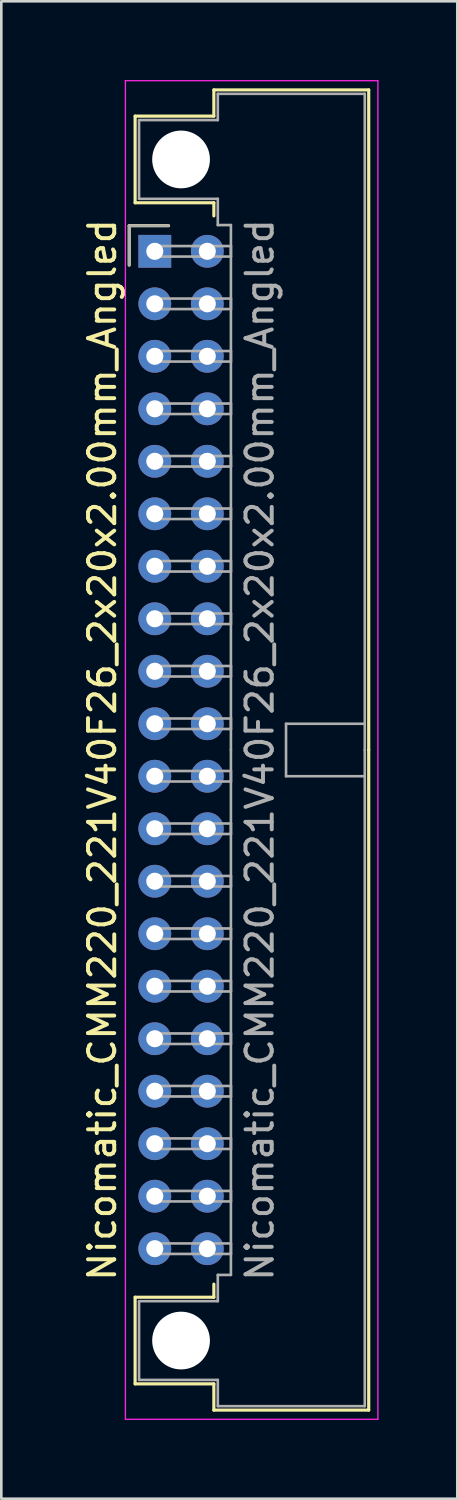
<source format=kicad_pcb>
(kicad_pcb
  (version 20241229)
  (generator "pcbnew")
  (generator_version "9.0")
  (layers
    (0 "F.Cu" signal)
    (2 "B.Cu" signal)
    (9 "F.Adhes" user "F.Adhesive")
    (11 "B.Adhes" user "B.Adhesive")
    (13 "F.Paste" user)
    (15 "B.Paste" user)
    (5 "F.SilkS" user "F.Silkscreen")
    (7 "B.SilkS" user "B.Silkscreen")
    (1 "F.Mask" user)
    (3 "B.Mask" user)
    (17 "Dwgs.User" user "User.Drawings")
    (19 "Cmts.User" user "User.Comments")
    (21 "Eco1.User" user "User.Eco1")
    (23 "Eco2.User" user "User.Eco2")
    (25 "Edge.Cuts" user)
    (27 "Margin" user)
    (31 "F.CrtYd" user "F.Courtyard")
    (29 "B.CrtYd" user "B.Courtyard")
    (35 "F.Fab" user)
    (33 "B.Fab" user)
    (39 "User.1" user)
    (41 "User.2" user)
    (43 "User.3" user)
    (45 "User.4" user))
  (footprint "Nicomatic_CMM220_221V40F26_2x20x2.00mm_Angled"
    (layer "F.Cu")
    (at 2.848 6.525)
    (property "Reference" "Nicomatic_CMM220_221V40F26_2x20x2.00mm_Angled" (at -2 19 90) (layer "F.SilkS") (effects (font (size 1 1) (thickness 0.15))))
    (attr through_hole)
    (fp_line (start -0.975 -0.975) (end -0.975 0.525) (stroke (width 0.12) (type solid)) (layer "F.SilkS"))
    (fp_line (start -0.75 -5.15) (end -0.75 -1.85) (stroke (width 0.12) (type solid)) (layer "F.SilkS"))
    (fp_line (start -0.75 -1.85) (end 2.25 -1.85) (stroke (width 0.12) (type solid)) (layer "F.SilkS"))
    (fp_line (start -0.75 39.85) (end 2.25 39.85) (stroke (width 0.12) (type solid)) (layer "F.SilkS"))
    (fp_line (start -0.75 43.15) (end -0.75 39.85) (stroke (width 0.12) (type solid)) (layer "F.SilkS"))
    (fp_line (start 0.525 -0.975) (end -0.975 -0.975) (stroke (width 0.12) (type solid)) (layer "F.SilkS"))
    (fp_line (start 2.25 -6.15) (end 2.25 -5.15) (stroke (width 0.12) (type solid)) (layer "F.SilkS"))
    (fp_line (start 2.25 -5.15) (end -0.75 -5.15) (stroke (width 0.12) (type solid)) (layer "F.SilkS"))
    (fp_line (start 2.25 -1.85) (end 2.25 -1.35) (stroke (width 0.12) (type solid)) (layer "F.SilkS"))
    (fp_line (start 2.25 39.85) (end 2.25 39.35) (stroke (width 0.12) (type solid)) (layer "F.SilkS"))
    (fp_line (start 2.25 43.15) (end -0.75 43.15) (stroke (width 0.12) (type solid)) (layer "F.SilkS"))
    (fp_line (start 2.25 44.15) (end 2.25 43.15) (stroke (width 0.12) (type solid)) (layer "F.SilkS"))
    (fp_line (start 8.15 -6.15) (end 2.25 -6.15) (stroke (width 0.12) (type solid)) (layer "F.SilkS"))
    (fp_line (start 8.15 19) (end 8.15 -6.15) (stroke (width 0.12) (type solid)) (layer "F.SilkS"))
    (fp_line (start 8.15 19) (end 8.15 44.15) (stroke (width 0.12) (type solid)) (layer "F.SilkS"))
    (fp_line (start 8.15 44.15) (end 2.25 44.15) (stroke (width 0.12) (type solid)) (layer "F.SilkS"))
    (fp_line (start -1.12 -6.5) (end -1.12 44.5) (stroke (width 0.05) (type solid)) (layer "F.CrtYd"))
    (fp_line (start -1.12 44.5) (end 8.5 44.5) (stroke (width 0.05) (type solid)) (layer "F.CrtYd"))
    (fp_line (start 8.5 -6.5) (end -1.12 -6.5) (stroke (width 0.05) (type solid)) (layer "F.CrtYd"))
    (fp_line (start 8.5 44.5) (end 8.5 -6.5) (stroke (width 0.05) (type solid)) (layer "F.CrtYd"))
    (fp_line (start -0.975 -0.975) (end -0.975 0.525) (stroke (width 0.1) (type solid)) (layer "F.Fab"))
    (fp_line (start -0.6 -5) (end -0.6 -2) (stroke (width 0.1) (type solid)) (layer "F.Fab"))
    (fp_line (start -0.6 -2) (end 2.4 -2) (stroke (width 0.1) (type solid)) (layer "F.Fab"))
    (fp_line (start -0.6 40) (end 2.4 40) (stroke (width 0.1) (type solid)) (layer "F.Fab"))
    (fp_line (start -0.6 43) (end -0.6 40) (stroke (width 0.1) (type solid)) (layer "F.Fab"))
    (fp_line (start 0 -0.2) (end 0 0.2) (stroke (width 0.1) (type solid)) (layer "F.Fab"))
    (fp_line (start 0 0.2) (end 2.9 0.2) (stroke (width 0.1) (type solid)) (layer "F.Fab"))
    (fp_line (start 0 1.8) (end 0 2.2) (stroke (width 0.1) (type solid)) (layer "F.Fab"))
    (fp_line (start 0 2.2) (end 2.9 2.2) (stroke (width 0.1) (type solid)) (layer "F.Fab"))
    (fp_line (start 0 3.8) (end 0 4.2) (stroke (width 0.1) (type solid)) (layer "F.Fab"))
    (fp_line (start 0 4.2) (end 2.9 4.2) (stroke (width 0.1) (type solid)) (layer "F.Fab"))
    (fp_line (start 0 5.8) (end 0 6.2) (stroke (width 0.1) (type solid)) (layer "F.Fab"))
    (fp_line (start 0 6.2) (end 2.9 6.2) (stroke (width 0.1) (type solid)) (layer "F.Fab"))
    (fp_line (start 0 7.8) (end 0 8.2) (stroke (width 0.1) (type solid)) (layer "F.Fab"))
    (fp_line (start 0 8.2) (end 2.9 8.2) (stroke (width 0.1) (type solid)) (layer "F.Fab"))
    (fp_line (start 0 9.8) (end 0 10.2) (stroke (width 0.1) (type solid)) (layer "F.Fab"))
    (fp_line (start 0 10.2) (end 2.9 10.2) (stroke (width 0.1) (type solid)) (layer "F.Fab"))
    (fp_line (start 0 11.8) (end 0 12.2) (stroke (width 0.1) (type solid)) (layer "F.Fab"))
    (fp_line (start 0 12.2) (end 2.9 12.2) (stroke (width 0.1) (type solid)) (layer "F.Fab"))
    (fp_line (start 0 13.8) (end 0 14.2) (stroke (width 0.1) (type solid)) (layer "F.Fab"))
    (fp_line (start 0 14.2) (end 2.9 14.2) (stroke (width 0.1) (type solid)) (layer "F.Fab"))
    (fp_line (start 0 15.8) (end 0 16.2) (stroke (width 0.1) (type solid)) (layer "F.Fab"))
    (fp_line (start 0 16.2) (end 2.9 16.2) (stroke (width 0.1) (type solid)) (layer "F.Fab"))
    (fp_line (start 0 17.8) (end 0 18.2) (stroke (width 0.1) (type solid)) (layer "F.Fab"))
    (fp_line (start 0 18.2) (end 2.9 18.2) (stroke (width 0.1) (type solid)) (layer "F.Fab"))
    (fp_line (start 0 19.8) (end 0 20.2) (stroke (width 0.1) (type solid)) (layer "F.Fab"))
    (fp_line (start 0 20.2) (end 2.9 20.2) (stroke (width 0.1) (type solid)) (layer "F.Fab"))
    (fp_line (start 0 21.8) (end 0 22.2) (stroke (width 0.1) (type solid)) (layer "F.Fab"))
    (fp_line (start 0 22.2) (end 2.9 22.2) (stroke (width 0.1) (type solid)) (layer "F.Fab"))
    (fp_line (start 0 23.8) (end 0 24.2) (stroke (width 0.1) (type solid)) (layer "F.Fab"))
    (fp_line (start 0 24.2) (end 2.9 24.2) (stroke (width 0.1) (type solid)) (layer "F.Fab"))
    (fp_line (start 0 25.8) (end 0 26.2) (stroke (width 0.1) (type solid)) (layer "F.Fab"))
    (fp_line (start 0 26.2) (end 2.9 26.2) (stroke (width 0.1) (type solid)) (layer "F.Fab"))
    (fp_line (start 0 27.8) (end 0 28.2) (stroke (width 0.1) (type solid)) (layer "F.Fab"))
    (fp_line (start 0 28.2) (end 2.9 28.2) (stroke (width 0.1) (type solid)) (layer "F.Fab"))
    (fp_line (start 0 29.8) (end 0 30.2) (stroke (width 0.1) (type solid)) (layer "F.Fab"))
    (fp_line (start 0 30.2) (end 2.9 30.2) (stroke (width 0.1) (type solid)) (layer "F.Fab"))
    (fp_line (start 0 31.8) (end 0 32.2) (stroke (width 0.1) (type solid)) (layer "F.Fab"))
    (fp_line (start 0 32.2) (end 2.9 32.2) (stroke (width 0.1) (type solid)) (layer "F.Fab"))
    (fp_line (start 0 33.8) (end 0 34.2) (stroke (width 0.1) (type solid)) (layer "F.Fab"))
    (fp_line (start 0 34.2) (end 2.9 34.2) (stroke (width 0.1) (type solid)) (layer "F.Fab"))
    (fp_line (start 0 35.8) (end 0 36.2) (stroke (width 0.1) (type solid)) (layer "F.Fab"))
    (fp_line (start 0 36.2) (end 2.9 36.2) (stroke (width 0.1) (type solid)) (layer "F.Fab"))
    (fp_line (start 0 37.8) (end 0 38.2) (stroke (width 0.1) (type solid)) (layer "F.Fab"))
    (fp_line (start 0 38.2) (end 2.9 38.2) (stroke (width 0.1) (type solid)) (layer "F.Fab"))
    (fp_line (start 0.525 -0.975) (end -0.975 -0.975) (stroke (width 0.1) (type solid)) (layer "F.Fab"))
    (fp_line (start 2.4 -6) (end 2.4 -5) (stroke (width 0.1) (type solid)) (layer "F.Fab"))
    (fp_line (start 2.4 -5) (end -0.6 -5) (stroke (width 0.1) (type solid)) (layer "F.Fab"))
    (fp_line (start 2.4 -2) (end 2.4 -1) (stroke (width 0.1) (type solid)) (layer "F.Fab"))
    (fp_line (start 2.4 -1) (end 2.9 -1) (stroke (width 0.1) (type solid)) (layer "F.Fab"))
    (fp_line (start 2.4 39) (end 2.9 39) (stroke (width 0.1) (type solid)) (layer "F.Fab"))
    (fp_line (start 2.4 40) (end 2.4 39) (stroke (width 0.1) (type solid)) (layer "F.Fab"))
    (fp_line (start 2.4 43) (end -0.6 43) (stroke (width 0.1) (type solid)) (layer "F.Fab"))
    (fp_line (start 2.4 44) (end 2.4 43) (stroke (width 0.1) (type solid)) (layer "F.Fab"))
    (fp_line (start 2.9 -1) (end 2.9 19) (stroke (width 0.1) (type solid)) (layer "F.Fab"))
    (fp_line (start 2.9 -0.2) (end 0 -0.2) (stroke (width 0.1) (type solid)) (layer "F.Fab"))
    (fp_line (start 2.9 0.2) (end 2.9 -0.2) (stroke (width 0.1) (type solid)) (layer "F.Fab"))
    (fp_line (start 2.9 1.8) (end 0 1.8) (stroke (width 0.1) (type solid)) (layer "F.Fab"))
    (fp_line (start 2.9 2.2) (end 2.9 1.8) (stroke (width 0.1) (type solid)) (layer "F.Fab"))
    (fp_line (start 2.9 3.8) (end 0 3.8) (stroke (width 0.1) (type solid)) (layer "F.Fab"))
    (fp_line (start 2.9 4.2) (end 2.9 3.8) (stroke (width 0.1) (type solid)) (layer "F.Fab"))
    (fp_line (start 2.9 5.8) (end 0 5.8) (stroke (width 0.1) (type solid)) (layer "F.Fab"))
    (fp_line (start 2.9 6.2) (end 2.9 5.8) (stroke (width 0.1) (type solid)) (layer "F.Fab"))
    (fp_line (start 2.9 7.8) (end 0 7.8) (stroke (width 0.1) (type solid)) (layer "F.Fab"))
    (fp_line (start 2.9 8.2) (end 2.9 7.8) (stroke (width 0.1) (type solid)) (layer "F.Fab"))
    (fp_line (start 2.9 9.8) (end 0 9.8) (stroke (width 0.1) (type solid)) (layer "F.Fab"))
    (fp_line (start 2.9 10.2) (end 2.9 9.8) (stroke (width 0.1) (type solid)) (layer "F.Fab"))
    (fp_line (start 2.9 11.8) (end 0 11.8) (stroke (width 0.1) (type solid)) (layer "F.Fab"))
    (fp_line (start 2.9 12.2) (end 2.9 11.8) (stroke (width 0.1) (type solid)) (layer "F.Fab"))
    (fp_line (start 2.9 13.8) (end 0 13.8) (stroke (width 0.1) (type solid)) (layer "F.Fab"))
    (fp_line (start 2.9 14.2) (end 2.9 13.8) (stroke (width 0.1) (type solid)) (layer "F.Fab"))
    (fp_line (start 2.9 15.8) (end 0 15.8) (stroke (width 0.1) (type solid)) (layer "F.Fab"))
    (fp_line (start 2.9 16.2) (end 2.9 15.8) (stroke (width 0.1) (type solid)) (layer "F.Fab"))
    (fp_line (start 2.9 17.8) (end 0 17.8) (stroke (width 0.1) (type solid)) (layer "F.Fab"))
    (fp_line (start 2.9 18.2) (end 2.9 17.8) (stroke (width 0.1) (type solid)) (layer "F.Fab"))
    (fp_line (start 2.9 19.8) (end 0 19.8) (stroke (width 0.1) (type solid)) (layer "F.Fab"))
    (fp_line (start 2.9 20.2) (end 2.9 19.8) (stroke (width 0.1) (type solid)) (layer "F.Fab"))
    (fp_line (start 2.9 21.8) (end 0 21.8) (stroke (width 0.1) (type solid)) (layer "F.Fab"))
    (fp_line (start 2.9 22.2) (end 2.9 21.8) (stroke (width 0.1) (type solid)) (layer "F.Fab"))
    (fp_line (start 2.9 23.8) (end 0 23.8) (stroke (width 0.1) (type solid)) (layer "F.Fab"))
    (fp_line (start 2.9 24.2) (end 2.9 23.8) (stroke (width 0.1) (type solid)) (layer "F.Fab"))
    (fp_line (start 2.9 25.8) (end 0 25.8) (stroke (width 0.1) (type solid)) (layer "F.Fab"))
    (fp_line (start 2.9 26.2) (end 2.9 25.8) (stroke (width 0.1) (type solid)) (layer "F.Fab"))
    (fp_line (start 2.9 27.8) (end 0 27.8) (stroke (width 0.1) (type solid)) (layer "F.Fab"))
    (fp_line (start 2.9 28.2) (end 2.9 27.8) (stroke (width 0.1) (type solid)) (layer "F.Fab"))
    (fp_line (start 2.9 29.8) (end 0 29.8) (stroke (width 0.1) (type solid)) (layer "F.Fab"))
    (fp_line (start 2.9 30.2) (end 2.9 29.8) (stroke (width 0.1) (type solid)) (layer "F.Fab"))
    (fp_line (start 2.9 31.8) (end 0 31.8) (stroke (width 0.1) (type solid)) (layer "F.Fab"))
    (fp_line (start 2.9 32.2) (end 2.9 31.8) (stroke (width 0.1) (type solid)) (layer "F.Fab"))
    (fp_line (start 2.9 33.8) (end 0 33.8) (stroke (width 0.1) (type solid)) (layer "F.Fab"))
    (fp_line (start 2.9 34.2) (end 2.9 33.8) (stroke (width 0.1) (type solid)) (layer "F.Fab"))
    (fp_line (start 2.9 35.8) (end 0 35.8) (stroke (width 0.1) (type solid)) (layer "F.Fab"))
    (fp_line (start 2.9 36.2) (end 2.9 35.8) (stroke (width 0.1) (type solid)) (layer "F.Fab"))
    (fp_line (start 2.9 37.8) (end 0 37.8) (stroke (width 0.1) (type solid)) (layer "F.Fab"))
    (fp_line (start 2.9 38.2) (end 2.9 37.8) (stroke (width 0.1) (type solid)) (layer "F.Fab"))
    (fp_line (start 2.9 39) (end 2.9 19) (stroke (width 0.1) (type solid)) (layer "F.Fab"))
    (fp_line (start 5 18) (end 5 20) (stroke (width 0.1) (type solid)) (layer "F.Fab"))
    (fp_line (start 5 20) (end 8 20) (stroke (width 0.1) (type solid)) (layer "F.Fab"))
    (fp_line (start 8 -6) (end 2.4 -6) (stroke (width 0.1) (type solid)) (layer "F.Fab"))
    (fp_line (start 8 18) (end 5 18) (stroke (width 0.1) (type solid)) (layer "F.Fab"))
    (fp_line (start 8 19) (end 8 -6) (stroke (width 0.1) (type solid)) (layer "F.Fab"))
    (fp_line (start 8 19) (end 8 44) (stroke (width 0.1) (type solid)) (layer "F.Fab"))
    (fp_line (start 8 44) (end 2.4 44) (stroke (width 0.1) (type solid)) (layer "F.Fab"))
    (fp_text user "${REFERENCE}" (at 4 19 90) (layer "F.Fab") (effects (font (size 1 1) (thickness 0.15))))
    (pad "" np_thru_hole circle (at 1 -3.5) (size 2.2 2.2) (drill 2.2) (layers "*.Cu" "*.Mask"))
    (pad "" np_thru_hole circle (at 1 41.5) (size 2.2 2.2) (drill 2.2) (layers "*.Cu" "*.Mask"))
    (pad "1" thru_hole rect (at 0 0) (size 1.25 1.25) (drill 0.65) (layers "*.Cu" "*.Mask"))
    (pad "2" thru_hole oval (at 0 2) (size 1.25 1.25) (drill 0.65) (layers "*.Cu" "*.Mask"))
    (pad "3" thru_hole oval (at 0 4) (size 1.25 1.25) (drill 0.65) (layers "*.Cu" "*.Mask"))
    (pad "4" thru_hole oval (at 0 6) (size 1.25 1.25) (drill 0.65) (layers "*.Cu" "*.Mask"))
    (pad "5" thru_hole oval (at 0 8) (size 1.25 1.25) (drill 0.65) (layers "*.Cu" "*.Mask"))
    (pad "6" thru_hole oval (at 0 10) (size 1.25 1.25) (drill 0.65) (layers "*.Cu" "*.Mask"))
    (pad "7" thru_hole oval (at 0 12) (size 1.25 1.25) (drill 0.65) (layers "*.Cu" "*.Mask"))
    (pad "8" thru_hole oval (at 0 14) (size 1.25 1.25) (drill 0.65) (layers "*.Cu" "*.Mask"))
    (pad "9" thru_hole oval (at 0 16) (size 1.25 1.25) (drill 0.65) (layers "*.Cu" "*.Mask"))
    (pad "10" thru_hole oval (at 0 18) (size 1.25 1.25) (drill 0.65) (layers "*.Cu" "*.Mask"))
    (pad "11" thru_hole oval (at 0 20) (size 1.25 1.25) (drill 0.65) (layers "*.Cu" "*.Mask"))
    (pad "12" thru_hole oval (at 0 22) (size 1.25 1.25) (drill 0.65) (layers "*.Cu" "*.Mask"))
    (pad "13" thru_hole oval (at 0 24) (size 1.25 1.25) (drill 0.65) (layers "*.Cu" "*.Mask"))
    (pad "14" thru_hole oval (at 0 26) (size 1.25 1.25) (drill 0.65) (layers "*.Cu" "*.Mask"))
    (pad "15" thru_hole oval (at 0 28) (size 1.25 1.25) (drill 0.65) (layers "*.Cu" "*.Mask"))
    (pad "16" thru_hole oval (at 0 30) (size 1.25 1.25) (drill 0.65) (layers "*.Cu" "*.Mask"))
    (pad "17" thru_hole oval (at 0 32) (size 1.25 1.25) (drill 0.65) (layers "*.Cu" "*.Mask"))
    (pad "18" thru_hole oval (at 0 34) (size 1.25 1.25) (drill 0.65) (layers "*.Cu" "*.Mask"))
    (pad "19" thru_hole oval (at 0 36) (size 1.25 1.25) (drill 0.65) (layers "*.Cu" "*.Mask"))
    (pad "20" thru_hole oval (at 0 38) (size 1.25 1.25) (drill 0.65) (layers "*.Cu" "*.Mask"))
    (pad "21" thru_hole oval (at 2 0) (size 1.25 1.25) (drill 0.65) (layers "*.Cu" "*.Mask"))
    (pad "22" thru_hole oval (at 2 2) (size 1.25 1.25) (drill 0.65) (layers "*.Cu" "*.Mask"))
    (pad "23" thru_hole oval (at 2 4) (size 1.25 1.25) (drill 0.65) (layers "*.Cu" "*.Mask"))
    (pad "24" thru_hole oval (at 2 6) (size 1.25 1.25) (drill 0.65) (layers "*.Cu" "*.Mask"))
    (pad "25" thru_hole oval (at 2 8) (size 1.25 1.25) (drill 0.65) (layers "*.Cu" "*.Mask"))
    (pad "26" thru_hole oval (at 2 10) (size 1.25 1.25) (drill 0.65) (layers "*.Cu" "*.Mask"))
    (pad "27" thru_hole oval (at 2 12) (size 1.25 1.25) (drill 0.65) (layers "*.Cu" "*.Mask"))
    (pad "28" thru_hole oval (at 2 14) (size 1.25 1.25) (drill 0.65) (layers "*.Cu" "*.Mask"))
    (pad "29" thru_hole oval (at 2 16) (size 1.25 1.25) (drill 0.65) (layers "*.Cu" "*.Mask"))
    (pad "30" thru_hole oval (at 2 18) (size 1.25 1.25) (drill 0.65) (layers "*.Cu" "*.Mask"))
    (pad "31" thru_hole oval (at 2 20) (size 1.25 1.25) (drill 0.65) (layers "*.Cu" "*.Mask"))
    (pad "32" thru_hole oval (at 2 22) (size 1.25 1.25) (drill 0.65) (layers "*.Cu" "*.Mask"))
    (pad "33" thru_hole oval (at 2 24) (size 1.25 1.25) (drill 0.65) (layers "*.Cu" "*.Mask"))
    (pad "34" thru_hole oval (at 2 26) (size 1.25 1.25) (drill 0.65) (layers "*.Cu" "*.Mask"))
    (pad "35" thru_hole oval (at 2 28) (size 1.25 1.25) (drill 0.65) (layers "*.Cu" "*.Mask"))
    (pad "36" thru_hole oval (at 2 30) (size 1.25 1.25) (drill 0.65) (layers "*.Cu" "*.Mask"))
    (pad "37" thru_hole oval (at 2 32) (size 1.25 1.25) (drill 0.65) (layers "*.Cu" "*.Mask"))
    (pad "38" thru_hole oval (at 2 34) (size 1.25 1.25) (drill 0.65) (layers "*.Cu" "*.Mask"))
    (pad "39" thru_hole oval (at 2 36) (size 1.25 1.25) (drill 0.65) (layers "*.Cu" "*.Mask"))
    (pad "40" thru_hole oval (at 2 38) (size 1.25 1.25) (drill 0.65) (layers "*.Cu" "*.Mask")))
  (gr_rect
    (start -3 -3)
    (end 14.373 54.05)
    (stroke (width 0.1) (type default))
    (fill no)
    (layer "Edge.Cuts")))
</source>
